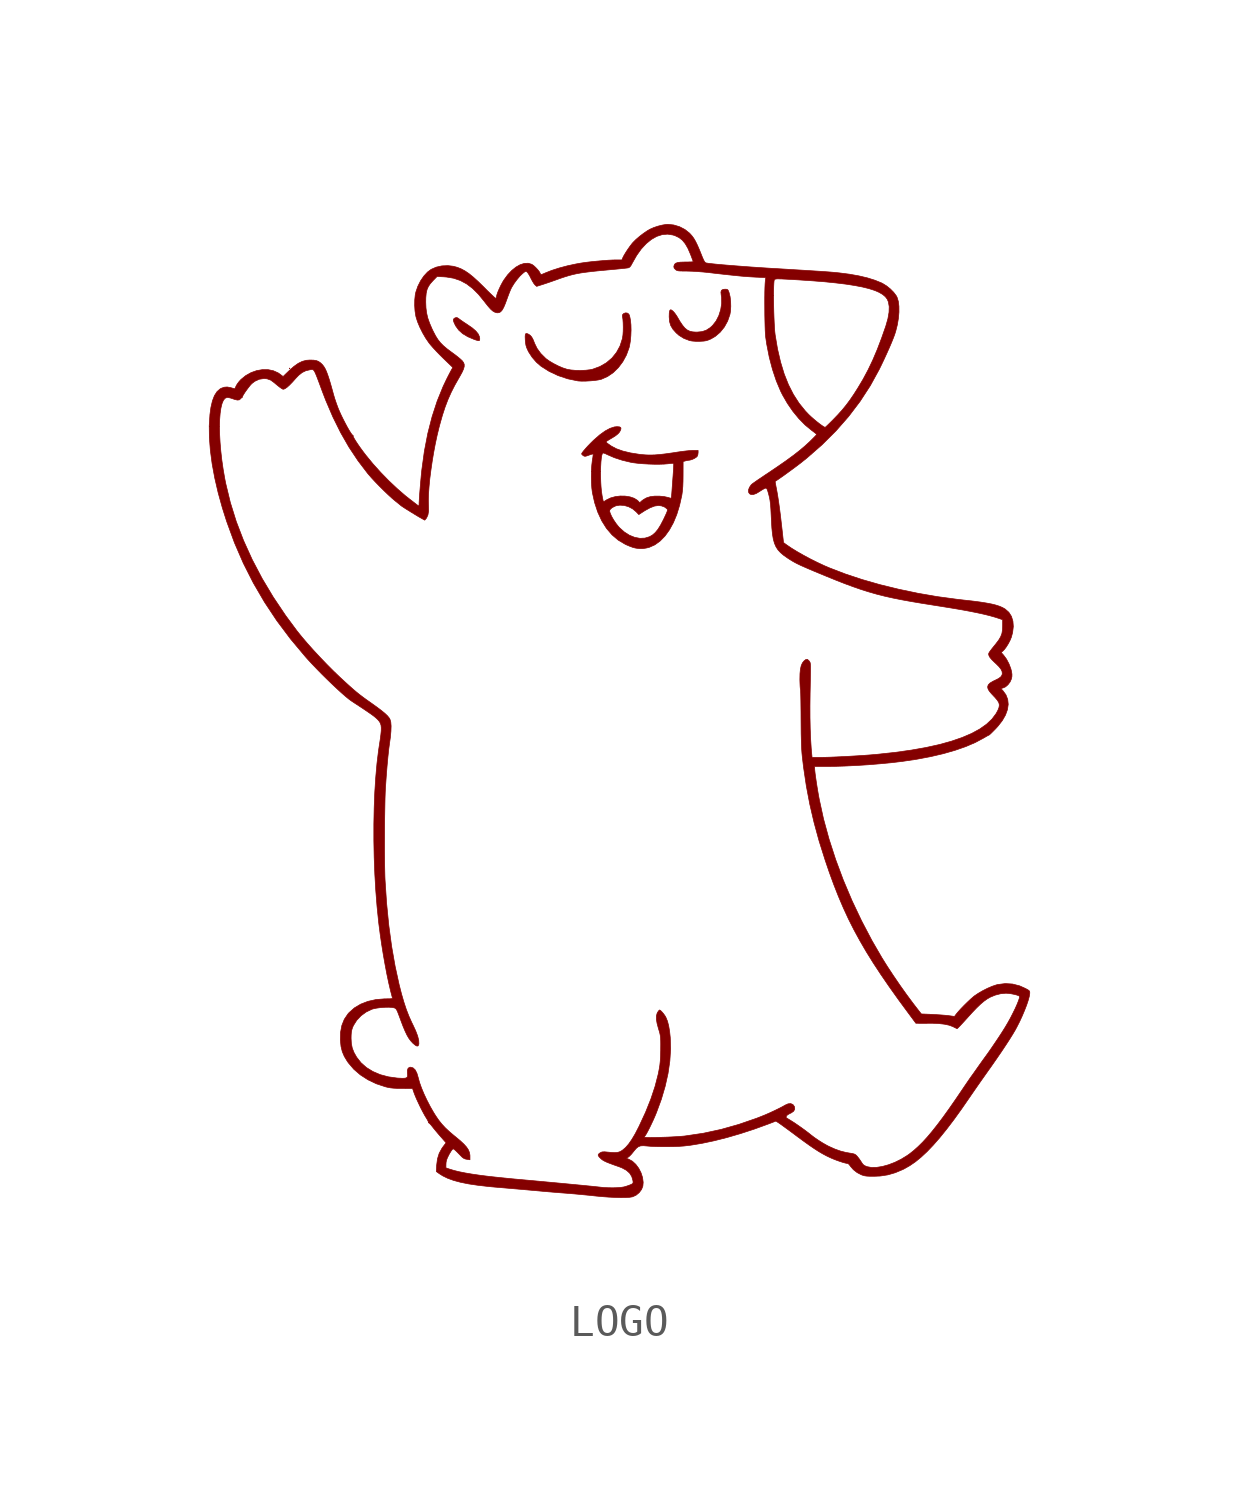
<source format=kicad_sym>
(kicad_symbol_lib
  (version 20210619)
  (generator bitmap2component)
  (symbol "LOGO"
    (pin_names
      (offset 1.016))
    (property "Reference" "#G"
      (at 0 16.817 0)
      (effects (font (size 1.27 1.27)) hide))
    (symbol "LOGO_0_0"
      (polyline (pts (xy 0.201 -15.323) (xy 0.324 -15.316) (xy 0.41 -15.302) (xy 0.419 -15.3) (xy 0.527 -15.25) (xy 0.624 -15.17) (xy 0.698 -15.072) (xy 0.74 -14.966) (xy 0.75 -14.846) (xy 0.731 -14.697) (xy 0.683 -14.548) (xy 0.611 -14.407) (xy 0.519 -14.283) (xy 0.412 -14.184) (xy 0.295 -14.12) (xy 0.221 -14.093) (xy 0.282 -14.056) (xy 0.326 -14.02) (xy 0.383 -13.961) (xy 0.44 -13.891) (xy 0.47 -13.853) (xy 0.538 -13.775) (xy 0.601 -13.727) (xy 0.67 -13.702) (xy 0.759 -13.697) (xy 0.878 -13.707) (xy 0.988 -13.716) (xy 1.149 -13.723) (xy 1.332 -13.727) (xy 1.523 -13.727) (xy 1.711 -13.724) (xy 1.882 -13.717) (xy 2.025 -13.707) (xy 2.237 -13.682) (xy 2.594 -13.623) (xy 2.978 -13.542) (xy 3.382 -13.44) (xy 3.801 -13.318) (xy 4.231 -13.178) (xy 4.664 -13.021) (xy 4.915 -12.925) (xy 5.003 -12.981) (xy 5.039 -13.006) (xy 5.106 -13.054) (xy 5.198 -13.121) (xy 5.309 -13.202) (xy 5.432 -13.293) (xy 5.562 -13.39) (xy 5.584 -13.407) (xy 5.788 -13.557) (xy 5.965 -13.684) (xy 6.119 -13.789) (xy 6.257 -13.878) (xy 6.383 -13.952) (xy 6.504 -14.017) (xy 6.624 -14.074) (xy 6.692 -14.104) (xy 6.806 -14.149) (xy 6.921 -14.19) (xy 7.026 -14.224) (xy 7.111 -14.246) (xy 7.166 -14.255) (xy 7.175 -14.256) (xy 7.21 -14.283) (xy 7.247 -14.331) (xy 7.257 -14.346) (xy 7.347 -14.449) (xy 7.465 -14.541) (xy 7.596 -14.609) (xy 7.647 -14.627) (xy 7.707 -14.643) (xy 7.777 -14.652) (xy 7.868 -14.656) (xy 7.992 -14.657) (xy 8.195 -14.648) (xy 8.428 -14.612) (xy 8.659 -14.545) (xy 8.9 -14.444) (xy 8.941 -14.423) (xy 9.114 -14.325) (xy 9.291 -14.204) (xy 9.471 -14.057) (xy 9.658 -13.883) (xy 9.852 -13.68) (xy 10.057 -13.446) (xy 10.272 -13.18) (xy 10.501 -12.879) (xy 10.744 -12.542) (xy 11.003 -12.167) (xy 11.057 -12.088) (xy 11.147 -11.958) (xy 11.25 -11.809) (xy 11.362 -11.649) (xy 11.475 -11.489) (xy 11.583 -11.336) (xy 11.652 -11.24) (xy 11.824 -10.993) (xy 11.983 -10.762) (xy 12.125 -10.549) (xy 12.249 -10.358) (xy 12.351 -10.194) (xy 12.429 -10.062) (xy 12.478 -9.971) (xy 12.564 -9.802) (xy 12.645 -9.626) (xy 12.718 -9.453) (xy 12.782 -9.289) (xy 12.832 -9.14) (xy 12.866 -9.016) (xy 12.881 -8.922) (xy 12.882 -8.891) (xy 12.878 -8.856) (xy 12.859 -8.829) (xy 12.817 -8.8) (xy 12.744 -8.761) (xy 12.563 -8.68) (xy 12.341 -8.623) (xy 12.114 -8.609) (xy 11.88 -8.638) (xy 11.833 -8.65) (xy 11.703 -8.694) (xy 11.556 -8.757) (xy 11.406 -8.833) (xy 11.265 -8.915) (xy 11.145 -8.996) (xy 11.118 -9.018) (xy 11.03 -9.094) (xy 10.929 -9.189) (xy 10.823 -9.293) (xy 10.723 -9.396) (xy 10.637 -9.491) (xy 10.575 -9.566) (xy 10.52 -9.64) (xy 10.338 -9.616) (xy 10.316 -9.613) (xy 10.216 -9.603) (xy 10.091 -9.593) (xy 9.953 -9.584) (xy 9.818 -9.576) (xy 9.479 -9.562) (xy 9.332 -9.374) (xy 9.222 -9.231) (xy 9.018 -8.956) (xy 8.809 -8.662) (xy 8.604 -8.362) (xy 8.411 -8.069) (xy 8.24 -7.795) (xy 7.931 -7.262) (xy 7.604 -6.64) (xy 7.303 -6.005) (xy 7.031 -5.362) (xy 6.791 -4.718) (xy 6.583 -4.076) (xy 6.41 -3.443) (xy 6.275 -2.824) (xy 6.255 -2.716) (xy 6.229 -2.567) (xy 6.204 -2.413) (xy 6.181 -2.264) (xy 6.161 -2.126) (xy 6.145 -2.007) (xy 6.135 -1.916) (xy 6.131 -1.86) (xy 6.131 -1.796) (xy 6.505 -1.796) (xy 6.752 -1.793) (xy 7.088 -1.782) (xy 7.446 -1.765) (xy 7.812 -1.742) (xy 8.176 -1.712) (xy 8.525 -1.679) (xy 8.846 -1.641) (xy 8.872 -1.638) (xy 9.335 -1.569) (xy 9.769 -1.487) (xy 10.172 -1.393) (xy 10.541 -1.287) (xy 10.875 -1.171) (xy 11.171 -1.044) (xy 11.426 -0.908) (xy 11.457 -0.89) (xy 11.527 -0.849) (xy 11.579 -0.821) (xy 11.603 -0.81) (xy 11.605 -0.81) (xy 11.629 -0.791) (xy 11.676 -0.747) (xy 11.739 -0.684) (xy 11.814 -0.608) (xy 11.88 -0.536) (xy 12.019 -0.358) (xy 12.12 -0.182) (xy 12.182 -0.011) (xy 12.206 0.154) (xy 12.19 0.309) (xy 12.134 0.453) (xy 12.039 0.584) (xy 11.973 0.652) (xy 12.043 0.668) (xy 12.121 0.703) (xy 12.198 0.77) (xy 12.264 0.857) (xy 12.306 0.952) (xy 12.306 0.953) (xy 12.322 1.028) (xy 12.323 1.1) (xy 12.309 1.191) (xy 12.287 1.275) (xy 12.229 1.427) (xy 12.152 1.573) (xy 12.064 1.693) (xy 11.983 1.785) (xy 12.033 1.822) (xy 12.085 1.875) (xy 12.147 1.958) (xy 12.209 2.058) (xy 12.264 2.163) (xy 12.304 2.26) (xy 12.344 2.41) (xy 12.366 2.597) (xy 12.353 2.766) (xy 12.306 2.916) (xy 12.225 3.043) (xy 12.111 3.143) (xy 12.108 3.146) (xy 12.027 3.192) (xy 11.932 3.233) (xy 11.817 3.27) (xy 11.68 3.304) (xy 11.515 3.335) (xy 11.319 3.366) (xy 11.088 3.396) (xy 10.817 3.426) (xy 10.601 3.451) (xy 9.981 3.535) (xy 9.367 3.641) (xy 8.766 3.767) (xy 8.182 3.91) (xy 7.623 4.07) (xy 7.095 4.245) (xy 6.602 4.434) (xy 6.438 4.504) (xy 6.22 4.606) (xy 5.997 4.717) (xy 5.781 4.833) (xy 5.579 4.948) (xy 5.4 5.058) (xy 5.254 5.157) (xy 5.154 5.231) (xy 5.116 5.577) (xy 5.089 5.812) (xy 5.056 6.097) (xy 5.024 6.343) (xy 4.994 6.555) (xy 4.966 6.735) (xy 4.939 6.886) (xy 4.938 6.893) (xy 4.918 6.993) (xy 4.903 7.075) (xy 4.893 7.13) (xy 4.891 7.151) (xy 4.914 7.165) (xy 4.976 7.206) (xy 5.062 7.266) (xy 5.165 7.338) (xy 5.278 7.42) (xy 5.396 7.506) (xy 5.51 7.59) (xy 5.615 7.669) (xy 5.704 7.737) (xy 5.891 7.887) (xy 6.364 8.301) (xy 6.8 8.735) (xy 7.198 9.189) (xy 7.557 9.662) (xy 7.877 10.154) (xy 8.157 10.664) (xy 8.224 10.801) (xy 8.31 10.982) (xy 8.395 11.167) (xy 8.475 11.346) (xy 8.546 11.512) (xy 8.604 11.656) (xy 8.646 11.769) (xy 8.675 11.861) (xy 8.726 12.064) (xy 8.76 12.268) (xy 8.777 12.463) (xy 8.776 12.643) (xy 8.757 12.8) (xy 8.719 12.925) (xy 8.692 12.977) (xy 8.613 13.082) (xy 8.509 13.188) (xy 8.39 13.284) (xy 8.266 13.361) (xy 8.224 13.382) (xy 8.024 13.463) (xy 7.788 13.537) (xy 7.518 13.601) (xy 7.219 13.654) (xy 6.897 13.695) (xy 6.848 13.7) (xy 6.777 13.707) (xy 6.703 13.714) (xy 6.62 13.721) (xy 6.526 13.728) (xy 6.418 13.736) (xy 6.291 13.745) (xy 6.141 13.754) (xy 5.966 13.765) (xy 5.762 13.778) (xy 5.525 13.792) (xy 5.251 13.809) (xy 4.938 13.828) (xy 4.715 13.841) (xy 4.439 13.859) (xy 4.169 13.877) (xy 3.91 13.896) (xy 3.665 13.915) (xy 3.439 13.933) (xy 3.235 13.95) (xy 3.059 13.966) (xy 2.914 13.981) (xy 2.804 13.994) (xy 2.733 14.005) (xy 2.716 14.01) (xy 2.693 14.026) (xy 2.67 14.056) (xy 2.642 14.109) (xy 2.607 14.19) (xy 2.561 14.305) (xy 2.52 14.407) (xy 2.454 14.56) (xy 2.394 14.683) (xy 2.336 14.782) (xy 2.275 14.864) (xy 2.209 14.937) (xy 2.204 14.942) (xy 2.061 15.055) (xy 1.892 15.143) (xy 1.709 15.198) (xy 1.524 15.218) (xy 1.466 15.214) (xy 1.347 15.194) (xy 1.214 15.161) (xy 1.083 15.117) (xy 0.969 15.067) (xy 0.88 15.016) (xy 0.76 14.934) (xy 0.636 14.839) (xy 0.522 14.741) (xy 0.431 14.65) (xy 0.402 14.617) (xy 0.337 14.532) (xy 0.267 14.433) (xy 0.201 14.332) (xy 0.146 14.24) (xy 0.111 14.171) (xy 0.082 14.101) (xy -0.107 14.101) (xy -0.206 14.099) (xy -0.355 14.091) (xy -0.525 14.078) (xy -0.706 14.062) (xy -0.886 14.044) (xy -1.054 14.024) (xy -1.198 14.003) (xy -1.365 13.973) (xy -1.629 13.916) (xy -1.883 13.848) (xy -2.117 13.773) (xy -2.318 13.694) (xy -2.365 13.673) (xy -2.423 13.65) (xy -2.457 13.646) (xy -2.474 13.659) (xy -2.486 13.688) (xy -2.51 13.732) (xy -2.559 13.796) (xy -2.623 13.864) (xy -2.688 13.924) (xy -2.745 13.963) (xy -2.746 13.963) (xy -2.857 13.997) (xy -2.98 13.992) (xy -3.11 13.951) (xy -3.243 13.876) (xy -3.376 13.768) (xy -3.504 13.632) (xy -3.623 13.469) (xy -3.662 13.404) (xy -3.719 13.298) (xy -3.771 13.188) (xy -3.814 13.086) (xy -3.843 13.001) (xy -3.854 12.943) (xy -3.859 12.915) (xy -3.879 12.897) (xy -3.883 12.899) (xy -3.916 12.924) (xy -3.971 12.975) (xy -4.046 13.046) (xy -4.136 13.133) (xy -4.234 13.232) (xy -4.258 13.256) (xy -4.431 13.425) (xy -4.582 13.562) (xy -4.718 13.672) (xy -4.844 13.757) (xy -4.964 13.821) (xy -5.083 13.868) (xy -5.207 13.902) (xy -5.377 13.922) (xy -5.566 13.914) (xy -5.746 13.874) (xy -5.905 13.804) (xy -6.018 13.72) (xy -6.133 13.595) (xy -6.236 13.444) (xy -6.322 13.273) (xy -6.384 13.092) (xy -6.403 13.001) (xy -6.419 12.843) (xy -6.421 12.669) (xy -6.41 12.496) (xy -6.385 12.339) (xy -6.379 12.313) (xy -6.331 12.16) (xy -6.26 11.99) (xy -6.172 11.814) (xy -6.073 11.644) (xy -5.969 11.493) (xy -5.923 11.436) (xy -5.84 11.341) (xy -5.74 11.233) (xy -5.632 11.121) (xy -5.525 11.015) (xy -5.224 10.726) (xy -5.264 10.656) (xy -5.285 10.618) (xy -5.323 10.546) (xy -5.37 10.456) (xy -5.42 10.357) (xy -5.528 10.13) (xy -5.715 9.67) (xy -5.875 9.179) (xy -6.009 8.656) (xy -6.116 8.101) (xy -6.197 7.511) (xy -6.201 7.472) (xy -6.215 7.334) (xy -6.229 7.18) (xy -6.243 7.02) (xy -6.256 6.862) (xy -6.268 6.714) (xy -6.276 6.584) (xy -6.282 6.48) (xy -6.284 6.412) (xy -6.284 6.405) (xy -6.288 6.382) (xy -6.304 6.385) (xy -6.345 6.415) (xy -6.37 6.434) (xy -6.43 6.48) (xy -6.507 6.54) (xy -6.591 6.604) (xy -6.716 6.703) (xy -6.971 6.924) (xy -7.232 7.17) (xy -7.488 7.433) (xy -7.732 7.704) (xy -7.953 7.973) (xy -8.033 8.078) (xy -8.123 8.2) (xy -8.203 8.315) (xy -8.269 8.415) (xy -8.319 8.497) (xy -8.348 8.555) (xy -8.354 8.583) (xy -8.35 8.593) (xy -8.364 8.6) (xy -8.367 8.6) (xy -8.39 8.622) (xy -8.428 8.676) (xy -8.478 8.756) (xy -8.536 8.857) (xy -8.598 8.973) (xy -8.662 9.097) (xy -8.724 9.223) (xy -8.78 9.346) (xy -8.822 9.446) (xy -8.877 9.594) (xy -8.929 9.748) (xy -8.97 9.886) (xy -8.997 9.987) (xy -9.054 10.19) (xy -9.104 10.357) (xy -9.149 10.493) (xy -9.19 10.602) (xy -9.23 10.688) (xy -9.271 10.756) (xy -9.313 10.811) (xy -9.36 10.857) (xy -9.382 10.876) (xy -9.444 10.918) (xy -9.511 10.943) (xy -9.596 10.956) (xy -9.712 10.959) (xy -9.821 10.951) (xy -9.949 10.917) (xy -10.077 10.854) (xy -10.212 10.758) (xy -10.36 10.626) (xy -10.55 10.442) (xy -10.652 10.519) (xy -10.707 10.557) (xy -10.857 10.624) (xy -11.024 10.658) (xy -11.2 10.658) (xy -11.38 10.627) (xy -11.556 10.564) (xy -11.722 10.471) (xy -11.871 10.35) (xy -11.93 10.286) (xy -11.987 10.211) (xy -12.024 10.147) (xy -12.065 10.055) (xy -12.167 10.085) (xy -12.194 10.093) (xy -12.304 10.114) (xy -12.398 10.106) (xy -12.494 10.072) (xy -12.526 10.054) (xy -12.623 9.969) (xy -12.704 9.843) (xy -12.768 9.677) (xy -12.816 9.47) (xy -12.846 9.25) (xy -12.868 8.904) (xy -12.868 8.869) (xy -12.546 8.869) (xy -12.541 9.088) (xy -12.526 9.282) (xy -12.502 9.449) (xy -12.469 9.586) (xy -12.427 9.689) (xy -12.376 9.756) (xy -12.315 9.783) (xy -12.283 9.783) (xy -12.211 9.77) (xy -12.133 9.745) (xy -12.069 9.722) (xy -11.984 9.703) (xy -11.924 9.71) (xy -11.884 9.744) (xy -11.861 9.77) (xy -11.842 9.777) (xy -11.838 9.775) (xy -11.831 9.795) (xy -11.824 9.818) (xy -11.795 9.871) (xy -11.749 9.943) (xy -11.693 10.022) (xy -11.634 10.101) (xy -11.578 10.171) (xy -11.531 10.221) (xy -11.435 10.294) (xy -11.297 10.357) (xy -11.15 10.379) (xy -11.052 10.37) (xy -10.937 10.328) (xy -10.828 10.248) (xy -10.796 10.22) (xy -10.728 10.164) (xy -10.657 10.108) (xy -10.598 10.066) (xy -10.559 10.045) (xy -10.528 10.045) (xy -10.492 10.06) (xy -10.487 10.063) (xy -10.427 10.104) (xy -10.353 10.17) (xy -10.261 10.264) (xy -10.147 10.391) (xy -10.061 10.481) (xy -9.95 10.569) (xy -9.836 10.624) (xy -9.707 10.654) (xy -9.678 10.658) (xy -9.649 10.662) (xy -9.624 10.66) (xy -9.601 10.649) (xy -9.579 10.624) (xy -9.554 10.582) (xy -9.525 10.518) (xy -9.489 10.43) (xy -9.444 10.312) (xy -9.388 10.162) (xy -9.319 9.974) (xy -9.211 9.694) (xy -8.987 9.171) (xy -8.745 8.683) (xy -8.484 8.227) (xy -8.201 7.801) (xy -7.896 7.401) (xy -7.876 7.377) (xy -7.776 7.262) (xy -7.655 7.132) (xy -7.522 6.995) (xy -7.384 6.858) (xy -7.251 6.731) (xy -7.13 6.62) (xy -7.029 6.535) (xy -6.987 6.502) (xy -6.922 6.449) (xy -6.875 6.411) (xy -6.854 6.393) (xy -6.833 6.377) (xy -6.781 6.342) (xy -6.706 6.293) (xy -6.616 6.237) (xy -6.519 6.176) (xy -6.423 6.118) (xy -6.336 6.065) (xy -6.266 6.024) (xy -6.105 5.934) (xy -6.064 5.983) (xy -6.049 6.002) (xy -6.005 6.098) (xy -5.984 6.224) (xy -5.987 6.384) (xy -5.988 6.397) (xy -5.992 6.56) (xy -5.986 6.758) (xy -5.97 6.984) (xy -5.946 7.234) (xy -5.912 7.499) (xy -5.872 7.774) (xy -5.826 8.053) (xy -5.774 8.329) (xy -5.717 8.595) (xy -5.656 8.846) (xy -5.63 8.944) (xy -5.55 9.227) (xy -5.467 9.481) (xy -5.378 9.715) (xy -5.278 9.94) (xy -5.163 10.167) (xy -5.028 10.405) (xy -5.001 10.452) (xy -4.932 10.578) (xy -4.887 10.678) (xy -4.866 10.757) (xy -4.866 10.822) (xy -4.887 10.879) (xy -4.927 10.935) (xy -4.936 10.943) (xy -4.987 10.991) (xy -5.064 11.055) (xy -5.156 11.127) (xy -5.256 11.2) (xy -5.397 11.305) (xy -5.516 11.405) (xy -5.611 11.5) (xy -5.691 11.601) (xy -5.764 11.717) (xy -5.836 11.855) (xy -5.875 11.935) (xy -5.953 12.116) (xy -6.01 12.278) (xy -6.046 12.435) (xy -6.067 12.597) (xy -6.074 12.777) (xy -6.072 12.913) (xy -6.06 13.052) (xy -6.035 13.165) (xy -5.993 13.263) (xy -5.931 13.355) (xy -5.845 13.452) (xy -5.718 13.582) (xy -5.492 13.57) (xy -5.419 13.564) (xy -5.196 13.526) (xy -4.988 13.455) (xy -4.791 13.349) (xy -4.603 13.206) (xy -4.419 13.023) (xy -4.236 12.799) (xy -4.202 12.754) (xy -4.111 12.64) (xy -4.036 12.556) (xy -3.972 12.499) (xy -3.913 12.464) (xy -3.854 12.445) (xy -3.829 12.441) (xy -3.773 12.446) (xy -3.723 12.473) (xy -3.675 12.527) (xy -3.627 12.612) (xy -3.576 12.732) (xy -3.518 12.89) (xy -3.496 12.951) (xy -3.456 13.057) (xy -3.418 13.151) (xy -3.387 13.218) (xy -3.371 13.248) (xy -3.298 13.366) (xy -3.209 13.486) (xy -3.117 13.595) (xy -3.03 13.678) (xy -3.026 13.681) (xy -2.972 13.724) (xy -2.939 13.741) (xy -2.915 13.738) (xy -2.888 13.716) (xy -2.885 13.714) (xy -2.853 13.67) (xy -2.812 13.602) (xy -2.772 13.522) (xy -2.768 13.514) (xy -2.725 13.433) (xy -2.682 13.363) (xy -2.647 13.319) (xy -2.593 13.271) (xy -2.397 13.333) (xy -2.336 13.353) (xy -2.214 13.394) (xy -2.082 13.44) (xy -1.96 13.483) (xy -1.861 13.519) (xy -1.721 13.566) (xy -1.591 13.606) (xy -1.465 13.64) (xy -1.335 13.669) (xy -1.196 13.694) (xy -1.039 13.716) (xy -0.858 13.738) (xy -0.648 13.76) (xy -0.4 13.783) (xy -0.381 13.785) (xy -0.219 13.8) (xy -0.069 13.814) (xy 0.061 13.827) (xy 0.167 13.838) (xy 0.242 13.847) (xy 0.279 13.852) (xy 0.296 13.857) (xy 0.332 13.88) (xy 0.368 13.927) (xy 0.411 14.006) (xy 0.411 14.006) (xy 0.545 14.242) (xy 0.69 14.445) (xy 0.846 14.613) (xy 1.008 14.745) (xy 1.176 14.84) (xy 1.347 14.895) (xy 1.518 14.91) (xy 1.688 14.882) (xy 1.752 14.861) (xy 1.875 14.802) (xy 1.98 14.72) (xy 2.071 14.609) (xy 2.154 14.465) (xy 2.233 14.283) (xy 2.264 14.203) (xy 2.293 14.124) (xy 2.314 14.069) (xy 2.321 14.046) (xy 2.31 14.043) (xy 2.263 14.039) (xy 2.188 14.037) (xy 2.094 14.036) (xy 2.043 14.035) (xy 1.919 14.031) (xy 1.831 14.019) (xy 1.771 13.997) (xy 1.736 13.965) (xy 1.718 13.92) (xy 1.712 13.888) (xy 1.722 13.844) (xy 1.761 13.802) (xy 1.783 13.784) (xy 1.812 13.769) (xy 1.85 13.759) (xy 1.907 13.754) (xy 1.99 13.752) (xy 2.109 13.751) (xy 2.162 13.75) (xy 2.302 13.745) (xy 2.463 13.735) (xy 2.628 13.722) (xy 2.781 13.707) (xy 3.002 13.681) (xy 3.249 13.653) (xy 3.461 13.63) (xy 3.643 13.611) (xy 3.8 13.595) (xy 3.936 13.583) (xy 4.058 13.574) (xy 4.169 13.567) (xy 4.275 13.561) (xy 4.597 13.547) (xy 4.581 13.414) (xy 4.576 13.348) (xy 4.571 13.236) (xy 4.567 13.094) (xy 4.566 12.984) (xy 4.842 12.984) (xy 4.843 13.135) (xy 4.846 13.264) (xy 4.851 13.368) (xy 4.857 13.44) (xy 4.866 13.474) (xy 4.874 13.484) (xy 4.889 13.495) (xy 4.912 13.502) (xy 4.95 13.506) (xy 5.009 13.506) (xy 5.094 13.504) (xy 5.211 13.498) (xy 5.366 13.49) (xy 5.621 13.475) (xy 6.054 13.446) (xy 6.446 13.415) (xy 6.798 13.379) (xy 7.112 13.341) (xy 7.388 13.298) (xy 7.629 13.252) (xy 7.836 13.201) (xy 8.01 13.145) (xy 8.153 13.084) (xy 8.266 13.018) (xy 8.351 12.946) (xy 8.41 12.868) (xy 8.446 12.783) (xy 8.471 12.635) (xy 8.466 12.459) (xy 8.43 12.254) (xy 8.364 12.023) (xy 8.235 11.655) (xy 8.097 11.292) (xy 7.956 10.96) (xy 7.809 10.652) (xy 7.653 10.36) (xy 7.486 10.08) (xy 7.364 9.888) (xy 7.24 9.706) (xy 7.12 9.545) (xy 6.997 9.394) (xy 6.861 9.243) (xy 6.706 9.082) (xy 6.663 9.039) (xy 6.586 8.963) (xy 6.523 8.902) (xy 6.479 8.861) (xy 6.46 8.847) (xy 6.428 8.86) (xy 6.37 8.897) (xy 6.292 8.953) (xy 6.204 9.022) (xy 6.111 9.099) (xy 6.022 9.177) (xy 5.944 9.251) (xy 5.841 9.359) (xy 5.641 9.606) (xy 5.464 9.881) (xy 5.309 10.186) (xy 5.175 10.523) (xy 5.062 10.895) (xy 4.967 11.302) (xy 4.892 11.748) (xy 4.89 11.762) (xy 4.879 11.862) (xy 4.87 11.989) (xy 4.862 12.136) (xy 4.855 12.299) (xy 4.849 12.472) (xy 4.845 12.647) (xy 4.843 12.82) (xy 4.842 12.984) (xy 4.566 12.984) (xy 4.565 12.93) (xy 4.565 12.75) (xy 4.566 12.562) (xy 4.567 12.374) (xy 4.571 12.193) (xy 4.575 12.025) (xy 4.58 11.88) (xy 4.587 11.762) (xy 4.594 11.682) (xy 4.628 11.452) (xy 4.707 11.049) (xy 4.808 10.665) (xy 4.928 10.306) (xy 5.065 9.981) (xy 5.123 9.865) (xy 5.275 9.601) (xy 5.447 9.351) (xy 5.635 9.122) (xy 5.831 8.922) (xy 6.03 8.758) (xy 6.069 8.729) (xy 6.134 8.679) (xy 6.179 8.643) (xy 6.196 8.624) (xy 6.194 8.62) (xy 6.168 8.591) (xy 6.119 8.54) (xy 6.051 8.472) (xy 5.971 8.393) (xy 5.969 8.391) (xy 5.821 8.256) (xy 5.652 8.114) (xy 5.457 7.962) (xy 5.233 7.798) (xy 4.977 7.62) (xy 4.686 7.423) (xy 4.578 7.352) (xy 4.456 7.269) (xy 4.347 7.196) (xy 4.259 7.134) (xy 4.196 7.09) (xy 4.164 7.065) (xy 4.138 7.04) (xy 4.085 6.963) (xy 4.056 6.885) (xy 4.056 6.815) (xy 4.086 6.764) (xy 4.131 6.74) (xy 4.204 6.738) (xy 4.296 6.77) (xy 4.409 6.838) (xy 4.431 6.853) (xy 4.503 6.898) (xy 4.563 6.929) (xy 4.598 6.941) (xy 4.612 6.938) (xy 4.634 6.914) (xy 4.656 6.861) (xy 4.682 6.771) (xy 4.683 6.768) (xy 4.703 6.69) (xy 4.719 6.62) (xy 4.731 6.55) (xy 4.741 6.472) (xy 4.75 6.38) (xy 4.758 6.267) (xy 4.765 6.124) (xy 4.774 5.945) (xy 4.775 5.92) (xy 4.788 5.692) (xy 4.807 5.501) (xy 4.833 5.342) (xy 4.87 5.209) (xy 4.919 5.097) (xy 4.982 5) (xy 5.063 4.912) (xy 5.163 4.828) (xy 5.286 4.742) (xy 5.306 4.729) (xy 5.378 4.683) (xy 5.447 4.641) (xy 5.52 4.6) (xy 5.6 4.559) (xy 5.694 4.514) (xy 5.807 4.464) (xy 5.945 4.404) (xy 6.112 4.333) (xy 6.315 4.249) (xy 6.489 4.177) (xy 6.799 4.051) (xy 7.082 3.94) (xy 7.346 3.843) (xy 7.596 3.756) (xy 7.839 3.68) (xy 8.081 3.611) (xy 8.329 3.548) (xy 8.589 3.49) (xy 8.868 3.434) (xy 9.171 3.379) (xy 9.504 3.323) (xy 9.875 3.264) (xy 10.084 3.231) (xy 10.424 3.176) (xy 10.725 3.125) (xy 10.992 3.076) (xy 11.226 3.029) (xy 11.432 2.984) (xy 11.613 2.94) (xy 11.772 2.895) (xy 11.912 2.851) (xy 12.032 2.809) (xy 12.031 2.603) (xy 12.026 2.489) (xy 12.008 2.378) (xy 11.97 2.277) (xy 11.909 2.173) (xy 11.819 2.054) (xy 11.77 1.994) (xy 11.697 1.903) (xy 11.646 1.836) (xy 11.613 1.789) (xy 11.596 1.756) (xy 11.591 1.73) (xy 11.595 1.706) (xy 11.604 1.678) (xy 11.631 1.628) (xy 11.694 1.553) (xy 11.784 1.465) (xy 11.824 1.429) (xy 11.916 1.337) (xy 11.977 1.26) (xy 12.011 1.192) (xy 12.021 1.126) (xy 12.011 1.072) (xy 11.973 1.016) (xy 11.901 0.963) (xy 11.791 0.908) (xy 11.729 0.879) (xy 11.634 0.822) (xy 11.579 0.765) (xy 11.561 0.706) (xy 11.565 0.667) (xy 11.582 0.619) (xy 11.617 0.564) (xy 11.674 0.495) (xy 11.759 0.404) (xy 11.79 0.372) (xy 11.866 0.282) (xy 11.912 0.206) (xy 11.928 0.135) (xy 11.918 0.061) (xy 11.885 -0.026) (xy 11.826 -0.136) (xy 11.696 -0.309) (xy 11.524 -0.471) (xy 11.312 -0.621) (xy 11.058 -0.759) (xy 10.762 -0.886) (xy 10.426 -1.002) (xy 10.047 -1.107) (xy 9.627 -1.2) (xy 9.164 -1.282) (xy 8.659 -1.353) (xy 8.113 -1.412) (xy 8.061 -1.417) (xy 7.885 -1.432) (xy 7.685 -1.447) (xy 7.469 -1.461) (xy 7.247 -1.474) (xy 7.026 -1.486) (xy 6.815 -1.496) (xy 6.622 -1.504) (xy 6.457 -1.509) (xy 6.326 -1.511) (xy 6.05 -1.511) (xy 6.036 -1.363) (xy 6.023 -1.217) (xy 6.005 -0.927) (xy 5.992 -0.606) (xy 5.985 -0.262) (xy 5.984 0.099) (xy 5.988 0.466) (xy 5.988 0.485) (xy 5.993 0.714) (xy 5.996 0.903) (xy 5.999 1.056) (xy 6.001 1.179) (xy 6.001 1.273) (xy 6.001 1.345) (xy 5.999 1.396) (xy 5.995 1.433) (xy 5.991 1.457) (xy 5.985 1.474) (xy 5.977 1.488) (xy 5.968 1.502) (xy 5.952 1.524) (xy 5.906 1.564) (xy 5.858 1.562) (xy 5.801 1.52) (xy 5.748 1.454) (xy 5.71 1.369) (xy 5.685 1.258) (xy 5.671 1.116) (xy 5.668 0.936) (xy 5.668 0.921) (xy 5.671 0.815) (xy 5.675 0.725) (xy 5.68 0.66) (xy 5.685 0.63) (xy 5.687 0.625) (xy 5.69 0.583) (xy 5.693 0.504) (xy 5.696 0.392) (xy 5.699 0.253) (xy 5.701 0.091) (xy 5.703 -0.089) (xy 5.704 -0.283) (xy 5.706 -0.538) (xy 5.708 -0.766) (xy 5.713 -0.959) (xy 5.718 -1.124) (xy 5.725 -1.266) (xy 5.734 -1.389) (xy 5.745 -1.5) (xy 5.783 -1.82) (xy 5.871 -2.412) (xy 5.98 -2.986) (xy 6.113 -3.556) (xy 6.271 -4.134) (xy 6.459 -4.73) (xy 6.591 -5.117) (xy 6.733 -5.506) (xy 6.879 -5.876) (xy 7.031 -6.232) (xy 7.191 -6.579) (xy 7.363 -6.92) (xy 7.549 -7.261) (xy 7.75 -7.607) (xy 7.97 -7.961) (xy 8.211 -8.328) (xy 8.475 -8.712) (xy 8.765 -9.119) (xy 9.084 -9.552) (xy 9.308 -9.854) (xy 9.411 -9.856) (xy 9.433 -9.857) (xy 9.514 -9.857) (xy 9.617 -9.856) (xy 9.722 -9.855) (xy 9.818 -9.854) (xy 10.02 -9.863) (xy 10.2 -9.883) (xy 10.351 -9.915) (xy 10.466 -9.958) (xy 10.522 -9.986) (xy 10.575 -10.012) (xy 10.601 -10.024) (xy 10.605 -10.022) (xy 10.634 -9.996) (xy 10.686 -9.943) (xy 10.755 -9.869) (xy 10.839 -9.778) (xy 10.933 -9.674) (xy 11.078 -9.514) (xy 11.216 -9.37) (xy 11.337 -9.254) (xy 11.446 -9.162) (xy 11.547 -9.09) (xy 11.643 -9.035) (xy 11.795 -8.972) (xy 11.965 -8.928) (xy 12.126 -8.912) (xy 12.206 -8.916) (xy 12.299 -8.929) (xy 12.392 -8.947) (xy 12.473 -8.968) (xy 12.533 -8.989) (xy 12.56 -9.009) (xy 12.562 -9.022) (xy 12.552 -9.078) (xy 12.523 -9.162) (xy 12.479 -9.271) (xy 12.422 -9.398) (xy 12.354 -9.536) (xy 12.28 -9.681) (xy 12.2 -9.826) (xy 12.118 -9.966) (xy 12.1 -9.995) (xy 12.014 -10.132) (xy 11.912 -10.289) (xy 11.8 -10.456) (xy 11.688 -10.621) (xy 11.583 -10.772) (xy 11.492 -10.898) (xy 11.468 -10.931) (xy 11.395 -11.032) (xy 11.316 -11.143) (xy 11.244 -11.245) (xy 11.207 -11.298) (xy 11.146 -11.384) (xy 11.094 -11.458) (xy 11.058 -11.507) (xy 11.055 -11.511) (xy 11.022 -11.557) (xy 10.971 -11.631) (xy 10.906 -11.726) (xy 10.831 -11.836) (xy 10.751 -11.955) (xy 10.559 -12.238) (xy 10.351 -12.537) (xy 10.16 -12.803) (xy 9.983 -13.038) (xy 9.819 -13.245) (xy 9.666 -13.427) (xy 9.52 -13.586) (xy 9.38 -13.724) (xy 9.244 -13.846) (xy 9.109 -13.953) (xy 9.037 -14.004) (xy 8.848 -14.12) (xy 8.65 -14.218) (xy 8.452 -14.294) (xy 8.258 -14.348) (xy 8.076 -14.377) (xy 7.913 -14.38) (xy 7.774 -14.354) (xy 7.766 -14.351) (xy 7.694 -14.32) (xy 7.645 -14.28) (xy 7.601 -14.217) (xy 7.585 -14.19) (xy 7.529 -14.108) (xy 7.472 -14.036) (xy 7.454 -14.015) (xy 7.416 -13.98) (xy 7.374 -13.958) (xy 7.315 -13.942) (xy 7.226 -13.928) (xy 7.112 -13.908) (xy 6.942 -13.865) (xy 6.77 -13.804) (xy 6.58 -13.719) (xy 6.521 -13.689) (xy 6.39 -13.615) (xy 6.252 -13.528) (xy 6.122 -13.439) (xy 6.016 -13.358) (xy 6.011 -13.354) (xy 5.93 -13.289) (xy 5.825 -13.21) (xy 5.709 -13.126) (xy 5.593 -13.045) (xy 5.489 -12.974) (xy 5.408 -12.923) (xy 5.376 -12.903) (xy 5.307 -12.861) (xy 5.258 -12.831) (xy 5.237 -12.818) (xy 5.235 -12.807) (xy 5.243 -12.77) (xy 5.253 -12.753) (xy 5.298 -12.717) (xy 5.365 -12.682) (xy 5.399 -12.666) (xy 5.474 -12.612) (xy 5.506 -12.547) (xy 5.497 -12.471) (xy 5.495 -12.467) (xy 5.449 -12.404) (xy 5.381 -12.376) (xy 5.296 -12.383) (xy 5.2 -12.426) (xy 5.136 -12.464) (xy 5.02 -12.524) (xy 4.881 -12.592) (xy 4.731 -12.662) (xy 4.578 -12.729) (xy 4.434 -12.787) (xy 4.314 -12.834) (xy 3.752 -13.028) (xy 3.197 -13.185) (xy 2.643 -13.305) (xy 2.08 -13.389) (xy 2.032 -13.395) (xy 1.921 -13.404) (xy 1.791 -13.413) (xy 1.648 -13.421) (xy 1.498 -13.428) (xy 1.348 -13.433) (xy 1.203 -13.437) (xy 1.071 -13.439) (xy 0.957 -13.44) (xy 0.867 -13.438) (xy 0.809 -13.434) (xy 0.788 -13.428) (xy 0.789 -13.421) (xy 0.808 -13.389) (xy 0.817 -13.378) (xy 0.85 -13.325) (xy 0.895 -13.243) (xy 0.948 -13.14) (xy 1.005 -13.022) (xy 1.063 -12.899) (xy 1.117 -12.777) (xy 1.168 -12.654) (xy 1.319 -12.243) (xy 1.44 -11.833) (xy 1.53 -11.43) (xy 1.587 -11.037) (xy 1.611 -10.661) (xy 1.6 -10.306) (xy 1.58 -10.113) (xy 1.55 -9.934) (xy 1.512 -9.788) (xy 1.463 -9.669) (xy 1.436 -9.622) (xy 1.39 -9.557) (xy 1.34 -9.498) (xy 1.296 -9.454) (xy 1.265 -9.437) (xy 1.262 -9.438) (xy 1.236 -9.463) (xy 1.204 -9.509) (xy 1.187 -9.543) (xy 1.165 -9.627) (xy 1.165 -9.732) (xy 1.187 -9.863) (xy 1.231 -10.026) (xy 1.235 -10.038) (xy 1.26 -10.12) (xy 1.277 -10.188) (xy 1.289 -10.252) (xy 1.296 -10.32) (xy 1.3 -10.403) (xy 1.301 -10.511) (xy 1.3 -10.653) (xy 1.3 -10.71) (xy 1.295 -10.887) (xy 1.287 -11.036) (xy 1.273 -11.169) (xy 1.252 -11.299) (xy 1.22 -11.459) (xy 1.123 -11.835) (xy 0.992 -12.229) (xy 0.826 -12.645) (xy 0.623 -13.083) (xy 0.614 -13.101) (xy 0.502 -13.319) (xy 0.396 -13.498) (xy 0.296 -13.642) (xy 0.199 -13.753) (xy 0.102 -13.836) (xy 0.059 -13.864) (xy 0.002 -13.892) (xy -0.062 -13.908) (xy -0.141 -13.913) (xy -0.245 -13.909) (xy -0.383 -13.896) (xy -0.458 -13.889) (xy -0.519 -13.89) (xy -0.564 -13.901) (xy -0.608 -13.925) (xy -0.626 -13.937) (xy -0.659 -13.971) (xy -0.66 -14.007) (xy -0.628 -14.054) (xy -0.562 -14.117) (xy -0.554 -14.123) (xy -0.514 -14.153) (xy -0.462 -14.182) (xy -0.392 -14.215) (xy -0.298 -14.252) (xy -0.174 -14.298) (xy -0.014 -14.354) (xy 0.086 -14.393) (xy 0.225 -14.469) (xy 0.325 -14.558) (xy 0.392 -14.665) (xy 0.428 -14.792) (xy 0.433 -14.822) (xy 0.432 -14.866) (xy 0.411 -14.893) (xy 0.358 -14.919) (xy 0.323 -14.933) (xy 0.239 -14.963) (xy 0.153 -14.989) (xy 0.147 -14.99) (xy 0.06 -15.004) (xy -0.059 -15.014) (xy -0.196 -15.018) (xy -0.34 -15.016) (xy -0.479 -15.01) (xy -0.602 -14.997) (xy -0.626 -14.994) (xy -0.705 -14.986) (xy -0.824 -14.973) (xy -0.979 -14.958) (xy -1.169 -14.939) (xy -1.39 -14.918) (xy -1.641 -14.894) (xy -1.917 -14.868) (xy -2.218 -14.84) (xy -2.54 -14.81) (xy -2.88 -14.779) (xy -3.236 -14.747) (xy -3.375 -14.734) (xy -3.743 -14.697) (xy -4.071 -14.662) (xy -4.36 -14.626) (xy -4.614 -14.589) (xy -4.834 -14.552) (xy -5.024 -14.514) (xy -5.186 -14.474) (xy -5.322 -14.433) (xy -5.441 -14.392) (xy -5.439 -14.272) (xy -5.435 -14.215) (xy -5.421 -14.147) (xy -5.391 -14.071) (xy -5.342 -13.973) (xy -5.324 -13.94) (xy -5.277 -13.864) (xy -5.239 -13.813) (xy -5.214 -13.795) (xy -5.2 -13.8) (xy -5.158 -13.831) (xy -5.101 -13.884) (xy -5.035 -13.951) (xy -4.988 -14) (xy -4.93 -14.058) (xy -4.883 -14.092) (xy -4.839 -14.112) (xy -4.788 -14.123) (xy -4.686 -14.138) (xy -4.686 -14.031) (xy -4.687 -13.994) (xy -4.702 -13.909) (xy -4.737 -13.825) (xy -4.795 -13.738) (xy -4.88 -13.644) (xy -4.995 -13.537) (xy -5.144 -13.413) (xy -5.182 -13.383) (xy -5.336 -13.252) (xy -5.462 -13.134) (xy -5.57 -13.017) (xy -5.668 -12.894) (xy -5.763 -12.755) (xy -5.825 -12.656) (xy -5.932 -12.47) (xy -6.034 -12.273) (xy -6.127 -12.076) (xy -6.206 -11.887) (xy -6.267 -11.716) (xy -6.307 -11.571) (xy -6.308 -11.566) (xy -6.351 -11.421) (xy -6.405 -11.317) (xy -6.472 -11.254) (xy -6.55 -11.233) (xy -6.576 -11.235) (xy -6.626 -11.265) (xy -6.65 -11.33) (xy -6.648 -11.43) (xy -6.643 -11.481) (xy -6.647 -11.531) (xy -6.67 -11.562) (xy -6.719 -11.578) (xy -6.798 -11.582) (xy -6.914 -11.577) (xy -6.97 -11.574) (xy -7.247 -11.535) (xy -7.502 -11.467) (xy -7.732 -11.369) (xy -7.934 -11.245) (xy -8.105 -11.094) (xy -8.242 -10.92) (xy -8.324 -10.775) (xy -8.379 -10.636) (xy -8.408 -10.492) (xy -8.417 -10.324) (xy -8.415 -10.229) (xy -8.408 -10.134) (xy -8.393 -10.058) (xy -8.369 -9.985) (xy -8.342 -9.924) (xy -8.239 -9.761) (xy -8.104 -9.618) (xy -7.942 -9.5) (xy -7.762 -9.414) (xy -7.726 -9.403) (xy -7.623 -9.381) (xy -7.501 -9.364) (xy -7.372 -9.354) (xy -7.248 -9.351) (xy -7.143 -9.356) (xy -7.068 -9.37) (xy -7.042 -9.379) (xy -7.018 -9.393) (xy -6.997 -9.418) (xy -6.974 -9.458) (xy -6.947 -9.521) (xy -6.912 -9.613) (xy -6.865 -9.739) (xy -6.861 -9.751) (xy -6.788 -9.944) (xy -6.722 -10.101) (xy -6.662 -10.227) (xy -6.603 -10.328) (xy -6.543 -10.409) (xy -6.48 -10.477) (xy -6.473 -10.484) (xy -6.399 -10.545) (xy -6.348 -10.571) (xy -6.314 -10.564) (xy -6.294 -10.525) (xy -6.289 -10.494) (xy -6.294 -10.389) (xy -6.328 -10.253) (xy -6.391 -10.088) (xy -6.48 -9.896) (xy -6.514 -9.828) (xy -6.602 -9.631) (xy -6.683 -9.422) (xy -6.759 -9.192) (xy -6.834 -8.934) (xy -6.909 -8.64) (xy -7.035 -8.064) (xy -7.144 -7.442) (xy -7.233 -6.783) (xy -7.302 -6.088) (xy -7.351 -5.354) (xy -7.355 -5.259) (xy -7.359 -5.099) (xy -7.363 -4.908) (xy -7.365 -4.69) (xy -7.367 -4.453) (xy -7.367 -4.203) (xy -7.366 -3.946) (xy -7.365 -3.688) (xy -7.363 -3.436) (xy -7.359 -3.196) (xy -7.355 -2.975) (xy -7.351 -2.779) (xy -7.345 -2.613) (xy -7.339 -2.485) (xy -7.314 -2.121) (xy -7.288 -1.79) (xy -7.261 -1.499) (xy -7.234 -1.247) (xy -7.205 -1.032) (xy -7.184 -0.883) (xy -7.166 -0.688) (xy -7.161 -0.526) (xy -7.171 -0.401) (xy -7.196 -0.315) (xy -7.222 -0.271) (xy -7.276 -0.205) (xy -7.357 -0.128) (xy -7.467 -0.038) (xy -7.609 0.069) (xy -7.786 0.196) (xy -7.816 0.217) (xy -7.943 0.306) (xy -8.053 0.387) (xy -8.154 0.464) (xy -8.252 0.543) (xy -8.354 0.63) (xy -8.467 0.73) (xy -8.598 0.849) (xy -8.754 0.993) (xy -8.767 1.005) (xy -8.968 1.198) (xy -9.178 1.409) (xy -9.39 1.63) (xy -9.597 1.853) (xy -9.792 2.071) (xy -9.967 2.277) (xy -10.116 2.462) (xy -10.469 2.939) (xy -10.859 3.52) (xy -11.21 4.107) (xy -11.521 4.699) (xy -11.791 5.294) (xy -12.02 5.891) (xy -12.206 6.488) (xy -12.35 7.083) (xy -12.38 7.234) (xy -12.431 7.529) (xy -12.473 7.82) (xy -12.505 8.103) (xy -12.528 8.374) (xy -12.542 8.63) (xy -12.546 8.869) (xy -12.868 8.869) (xy -12.864 8.528) (xy -12.833 8.127) (xy -12.777 7.702) (xy -12.695 7.257) (xy -12.588 6.795) (xy -12.456 6.319) (xy -12.321 5.894) (xy -12.077 5.227) (xy -11.799 4.585) (xy -11.485 3.965) (xy -11.134 3.363) (xy -10.746 2.778) (xy -10.317 2.206) (xy -9.846 1.644) (xy -9.79 1.581) (xy -9.652 1.431) (xy -9.501 1.273) (xy -9.343 1.111) (xy -9.181 0.951) (xy -9.021 0.796) (xy -8.867 0.651) (xy -8.724 0.52) (xy -8.597 0.409) (xy -8.489 0.32) (xy -8.407 0.26) (xy -8.277 0.174) (xy -8.114 0.067) (xy -7.982 -0.021) (xy -7.876 -0.093) (xy -7.792 -0.151) (xy -7.727 -0.198) (xy -7.676 -0.238) (xy -7.636 -0.272) (xy -7.602 -0.303) (xy -7.569 -0.336) (xy -7.527 -0.387) (xy -7.497 -0.44) (xy -7.477 -0.501) (xy -7.469 -0.577) (xy -7.47 -0.673) (xy -7.482 -0.794) (xy -7.502 -0.947) (xy -7.531 -1.137) (xy -7.555 -1.295) (xy -7.604 -1.7) (xy -7.643 -2.139) (xy -7.673 -2.606) (xy -7.692 -3.096) (xy -7.702 -3.603) (xy -7.702 -4.122) (xy -7.692 -4.646) (xy -7.672 -5.169) (xy -7.642 -5.686) (xy -7.602 -6.191) (xy -7.552 -6.678) (xy -7.543 -6.755) (xy -7.503 -7.064) (xy -7.457 -7.381) (xy -7.406 -7.699) (xy -7.351 -8.01) (xy -7.295 -8.307) (xy -7.237 -8.582) (xy -7.18 -8.828) (xy -7.125 -9.038) (xy -7.124 -9.044) (xy -7.121 -9.065) (xy -7.131 -9.078) (xy -7.162 -9.084) (xy -7.221 -9.087) (xy -7.316 -9.088) (xy -7.362 -9.088) (xy -7.637 -9.111) (xy -7.888 -9.167) (xy -8.115 -9.255) (xy -8.313 -9.373) (xy -8.481 -9.522) (xy -8.515 -9.561) (xy -8.629 -9.73) (xy -8.706 -9.922) (xy -8.747 -10.138) (xy -8.753 -10.379) (xy -8.751 -10.401) (xy -8.732 -10.584) (xy -8.693 -10.743) (xy -8.63 -10.892) (xy -8.537 -11.046) (xy -8.503 -11.095) (xy -8.331 -11.297) (xy -8.124 -11.475) (xy -7.887 -11.628) (xy -7.623 -11.754) (xy -7.335 -11.849) (xy -7.255 -11.868) (xy -7.17 -11.883) (xy -7.077 -11.892) (xy -6.964 -11.898) (xy -6.819 -11.899) (xy -6.488 -11.901) (xy -6.439 -12.043) (xy -6.413 -12.11) (xy -6.364 -12.228) (xy -6.302 -12.361) (xy -6.236 -12.5) (xy -6.168 -12.631) (xy -6.107 -12.744) (xy -6.056 -12.828) (xy -6.02 -12.887) (xy -5.995 -12.938) (xy -5.99 -12.965) (xy -5.994 -12.972) (xy -5.982 -12.98) (xy -5.98 -12.98) (xy -5.954 -12.998) (xy -5.912 -13.043) (xy -5.862 -13.105) (xy -5.83 -13.146) (xy -5.759 -13.233) (xy -5.678 -13.329) (xy -5.599 -13.421) (xy -5.436 -13.605) (xy -5.529 -13.727) (xy -5.566 -13.779) (xy -5.651 -13.935) (xy -5.705 -14.109) (xy -5.731 -14.309) (xy -5.742 -14.507) (xy -5.642 -14.579) (xy -5.54 -14.643) (xy -5.384 -14.719) (xy -5.2 -14.786) (xy -4.984 -14.844) (xy -4.733 -14.895) (xy -4.445 -14.938) (xy -4.117 -14.976) (xy -4.089 -14.979) (xy -3.985 -14.989) (xy -3.851 -15.001) (xy -3.697 -15.014) (xy -3.534 -15.028) (xy -3.372 -15.042) (xy -3.339 -15.045) (xy -3.163 -15.06) (xy -2.979 -15.076) (xy -2.8 -15.092) (xy -2.638 -15.106) (xy -2.507 -15.118) (xy -2.381 -15.13) (xy -2.217 -15.144) (xy -2.037 -15.159) (xy -1.855 -15.174) (xy -1.686 -15.187) (xy -1.547 -15.198) (xy -1.348 -15.215) (xy -1.14 -15.235) (xy -0.94 -15.254) (xy -0.766 -15.273) (xy -0.738 -15.276) (xy -0.528 -15.296) (xy -0.323 -15.311) (xy -0.129 -15.32) (xy 0.048 -15.325) (xy 0.201 -15.323)) (stroke (width 0.01)) (fill (type outline)))
      (polyline (pts (xy -10.335 10.697) (xy -10.346 10.707) (xy -10.357 10.697) (xy -10.346 10.685) (xy -10.335 10.697)) (stroke (width 0.01)) (fill (type outline)))
      (polyline (pts (xy 0.749 5.043) (xy 0.858 5.061) (xy 0.942 5.082) (xy 1.118 5.161) (xy 1.282 5.28) (xy 1.435 5.436) (xy 1.573 5.628) (xy 1.697 5.853) (xy 1.804 6.111) (xy 1.892 6.397) (xy 1.962 6.711) (xy 1.967 6.743) (xy 1.983 6.862) (xy 1.994 6.997) (xy 2 7.157) (xy 2.002 7.352) (xy 2.003 7.774) (xy 2.08 7.795) (xy 2.085 7.797) (xy 2.15 7.811) (xy 2.201 7.817) (xy 2.214 7.818) (xy 2.279 7.836) (xy 2.351 7.868) (xy 2.414 7.907) (xy 2.451 7.945) (xy 2.466 7.992) (xy 2.474 8.056) (xy 2.474 8.124) (xy 2.316 8.123) (xy 2.294 8.123) (xy 2.203 8.117) (xy 2.086 8.105) (xy 1.955 8.089) (xy 1.824 8.07) (xy 1.67 8.046) (xy 1.457 8.016) (xy 1.275 7.995) (xy 1.117 7.982) (xy 0.976 7.978) (xy 0.846 7.981) (xy 0.719 7.991) (xy 0.628 8.001) (xy 0.351 8.045) (xy 0.111 8.103) (xy -0.091 8.175) (xy -0.252 8.261) (xy -0.343 8.324) (xy -0.398 8.367) (xy -0.416 8.392) (xy -0.412 8.397) (xy -0.38 8.421) (xy -0.322 8.458) (xy -0.246 8.503) (xy -0.219 8.518) (xy -0.113 8.586) (xy -0.039 8.646) (xy 0.011 8.704) (xy 0.043 8.768) (xy 0.053 8.804) (xy 0.046 8.842) (xy 0.007 8.862) (xy -0.071 8.868) (xy -0.153 8.86) (xy -0.291 8.815) (xy -0.445 8.732) (xy -0.613 8.611) (xy -0.793 8.454) (xy -0.816 8.433) (xy -0.904 8.346) (xy -0.99 8.257) (xy -1.065 8.173) (xy -1.127 8.1) (xy -1.168 8.045) (xy -1.182 8.014) (xy -1.169 7.991) (xy -1.131 7.959) (xy -1.103 7.944) (xy -1.071 7.938) (xy -1.026 7.948) (xy -0.955 7.973) (xy -0.898 7.994) (xy -0.845 8.009) (xy -0.821 8.01) (xy -0.82 8.005) (xy -0.822 7.967) (xy -0.83 7.9) (xy -0.844 7.816) (xy -0.846 7.804) (xy -0.863 7.659) (xy -0.874 7.486) (xy -0.874 7.463) (xy -0.587 7.463) (xy -0.583 7.62) (xy -0.575 7.763) (xy -0.563 7.885) (xy -0.547 7.977) (xy -0.527 8.033) (xy -0.522 8.038) (xy -0.495 8.041) (xy -0.442 8.023) (xy -0.359 7.984) (xy -0.153 7.895) (xy 0.092 7.815) (xy 0.363 7.75) (xy 0.43 7.738) (xy 0.572 7.72) (xy 0.738 7.705) (xy 0.916 7.695) (xy 1.096 7.689) (xy 1.266 7.689) (xy 1.415 7.694) (xy 1.532 7.704) (xy 1.547 7.706) (xy 1.624 7.715) (xy 1.681 7.719) (xy 1.706 7.717) (xy 1.708 7.7) (xy 1.707 7.646) (xy 1.703 7.561) (xy 1.697 7.453) (xy 1.688 7.329) (xy 1.682 7.249) (xy 1.672 7.109) (xy 1.662 6.976) (xy 1.654 6.863) (xy 1.648 6.781) (xy 1.647 6.769) (xy 1.64 6.688) (xy 1.632 6.642) (xy 1.619 6.623) (xy 1.601 6.625) (xy 1.538 6.646) (xy 1.403 6.675) (xy 1.255 6.689) (xy 1.107 6.688) (xy 0.972 6.671) (xy 0.865 6.638) (xy 0.826 6.619) (xy 0.753 6.575) (xy 0.699 6.535) (xy 0.643 6.481) (xy 0.593 6.534) (xy 0.571 6.556) (xy 0.468 6.621) (xy 0.338 6.665) (xy 0.19 6.689) (xy 0.033 6.692) (xy -0.124 6.673) (xy -0.272 6.632) (xy -0.4 6.57) (xy -0.499 6.507) (xy -0.538 6.697) (xy -0.54 6.711) (xy -0.558 6.832) (xy -0.572 6.975) (xy -0.581 7.133) (xy -0.586 7.298) (xy -0.587 7.463) (xy -0.874 7.463) (xy -0.877 7.3) (xy -0.873 7.114) (xy -0.862 6.942) (xy -0.844 6.799) (xy -0.773 6.482) (xy -0.692 6.237) (xy -0.304 6.237) (xy -0.288 6.268) (xy -0.246 6.308) (xy -0.217 6.331) (xy -0.108 6.384) (xy 0.018 6.405) (xy 0.153 6.396) (xy 0.29 6.357) (xy 0.418 6.29) (xy 0.531 6.196) (xy 0.613 6.11) (xy 0.77 6.212) (xy 0.808 6.236) (xy 0.969 6.324) (xy 1.108 6.377) (xy 1.227 6.394) (xy 1.322 6.383) (xy 1.42 6.347) (xy 1.493 6.293) (xy 1.497 6.288) (xy 1.509 6.269) (xy 1.511 6.245) (xy 1.503 6.21) (xy 1.482 6.156) (xy 1.445 6.076) (xy 1.392 5.963) (xy 1.384 5.947) (xy 1.296 5.779) (xy 1.213 5.646) (xy 1.131 5.546) (xy 1.046 5.471) (xy 0.953 5.416) (xy 0.806 5.371) (xy 0.647 5.364) (xy 0.483 5.395) (xy 0.318 5.461) (xy 0.158 5.563) (xy 0.008 5.697) (xy -0.012 5.718) (xy -0.096 5.822) (xy -0.175 5.938) (xy -0.241 6.053) (xy -0.284 6.152) (xy -0.298 6.195) (xy -0.304 6.237) (xy -0.692 6.237) (xy -0.673 6.181) (xy -0.549 5.912) (xy -0.4 5.675) (xy -0.227 5.473) (xy -0.032 5.307) (xy 0.185 5.178) (xy 0.232 5.156) (xy 0.332 5.114) (xy 0.424 5.08) (xy 0.493 5.062) (xy 0.535 5.054) (xy 0.649 5.041) (xy 0.749 5.043)) (stroke (width 0.01)) (fill (type outline)))
      (polyline (pts (xy -1.046 10.298) (xy -0.908 10.306) (xy -0.772 10.318) (xy -0.654 10.335) (xy -0.566 10.355) (xy -0.558 10.358) (xy -0.368 10.442) (xy -0.19 10.564) (xy -0.03 10.72) (xy 0.109 10.905) (xy 0.223 11.114) (xy 0.307 11.343) (xy 0.322 11.402) (xy 0.347 11.551) (xy 0.363 11.722) (xy 0.37 11.898) (xy 0.366 12.064) (xy 0.351 12.206) (xy 0.338 12.279) (xy 0.323 12.345) (xy 0.307 12.386) (xy 0.286 12.411) (xy 0.255 12.431) (xy 0.246 12.435) (xy 0.193 12.439) (xy 0.141 12.42) (xy 0.104 12.384) (xy 0.097 12.342) (xy 0.101 12.327) (xy 0.114 12.239) (xy 0.122 12.123) (xy 0.125 11.993) (xy 0.123 11.862) (xy 0.115 11.743) (xy 0.101 11.649) (xy 0.096 11.625) (xy 0.023 11.4) (xy -0.087 11.198) (xy -0.23 11.021) (xy -0.404 10.873) (xy -0.606 10.756) (xy -0.834 10.672) (xy -0.914 10.655) (xy -1.054 10.639) (xy -1.212 10.632) (xy -1.372 10.635) (xy -1.521 10.648) (xy -1.642 10.67) (xy -1.648 10.672) (xy -1.776 10.714) (xy -1.918 10.775) (xy -2.061 10.848) (xy -2.19 10.924) (xy -2.292 10.996) (xy -2.319 11.02) (xy -2.465 11.166) (xy -2.579 11.322) (xy -2.656 11.479) (xy -2.663 11.498) (xy -2.707 11.607) (xy -2.749 11.682) (xy -2.794 11.734) (xy -2.847 11.77) (xy -2.85 11.771) (xy -2.9 11.792) (xy -2.932 11.789) (xy -2.949 11.757) (xy -2.954 11.692) (xy -2.95 11.589) (xy -2.944 11.515) (xy -2.93 11.424) (xy -2.904 11.341) (xy -2.861 11.247) (xy -2.843 11.212) (xy -2.735 11.046) (xy -2.602 10.892) (xy -2.456 10.765) (xy -2.202 10.604) (xy -1.92 10.471) (xy -1.617 10.37) (xy -1.303 10.305) (xy -1.28 10.302) (xy -1.175 10.296) (xy -1.046 10.298)) (stroke (width 0.01)) (fill (type outline)))
      (polyline (pts (xy 2.559 11.548) (xy 2.655 11.554) (xy 2.728 11.566) (xy 2.797 11.588) (xy 2.877 11.622) (xy 3.014 11.702) (xy 3.167 11.833) (xy 3.298 11.996) (xy 3.401 12.184) (xy 3.473 12.392) (xy 3.491 12.498) (xy 3.499 12.644) (xy 3.495 12.799) (xy 3.478 12.946) (xy 3.448 13.067) (xy 3.448 13.069) (xy 3.424 13.134) (xy 3.402 13.167) (xy 3.371 13.18) (xy 3.319 13.182) (xy 3.257 13.176) (xy 3.209 13.148) (xy 3.19 13.092) (xy 3.198 13.005) (xy 3.21 12.928) (xy 3.213 12.735) (xy 3.183 12.54) (xy 3.124 12.353) (xy 3.038 12.184) (xy 2.927 12.043) (xy 2.85 11.973) (xy 2.729 11.895) (xy 2.597 11.851) (xy 2.442 11.836) (xy 2.413 11.836) (xy 2.305 11.843) (xy 2.213 11.864) (xy 2.133 11.902) (xy 2.058 11.963) (xy 1.984 12.052) (xy 1.903 12.172) (xy 1.812 12.328) (xy 1.794 12.356) (xy 1.741 12.431) (xy 1.688 12.491) (xy 1.681 12.497) (xy 1.634 12.532) (xy 1.601 12.535) (xy 1.58 12.502) (xy 1.569 12.432) (xy 1.566 12.321) (xy 1.566 12.312) (xy 1.578 12.165) (xy 1.615 12.041) (xy 1.683 11.927) (xy 1.787 11.811) (xy 1.874 11.734) (xy 2.027 11.639) (xy 2.207 11.57) (xy 2.283 11.556) (xy 2.393 11.547) (xy 2.518 11.546) (xy 2.559 11.548)) (stroke (width 0.01)) (fill (type outline)))
      (polyline (pts (xy -4.397 11.568) (xy -4.382 11.588) (xy -4.379 11.628) (xy -4.387 11.688) (xy -4.427 11.778) (xy -4.503 11.871) (xy -4.618 11.97) (xy -4.774 12.077) (xy -4.795 12.091) (xy -4.882 12.148) (xy -4.961 12.203) (xy -5.018 12.244) (xy -5.03 12.254) (xy -5.079 12.286) (xy -5.115 12.293) (xy -5.155 12.281) (xy -5.167 12.275) (xy -5.199 12.248) (xy -5.208 12.21) (xy -5.192 12.152) (xy -5.152 12.065) (xy -5.134 12.03) (xy -5.04 11.9) (xy -4.915 11.787) (xy -4.754 11.691) (xy -4.554 11.606) (xy -4.492 11.585) (xy -4.431 11.568) (xy -4.397 11.568)) (stroke (width 0.01)) (fill (type outline))))))
</source>
